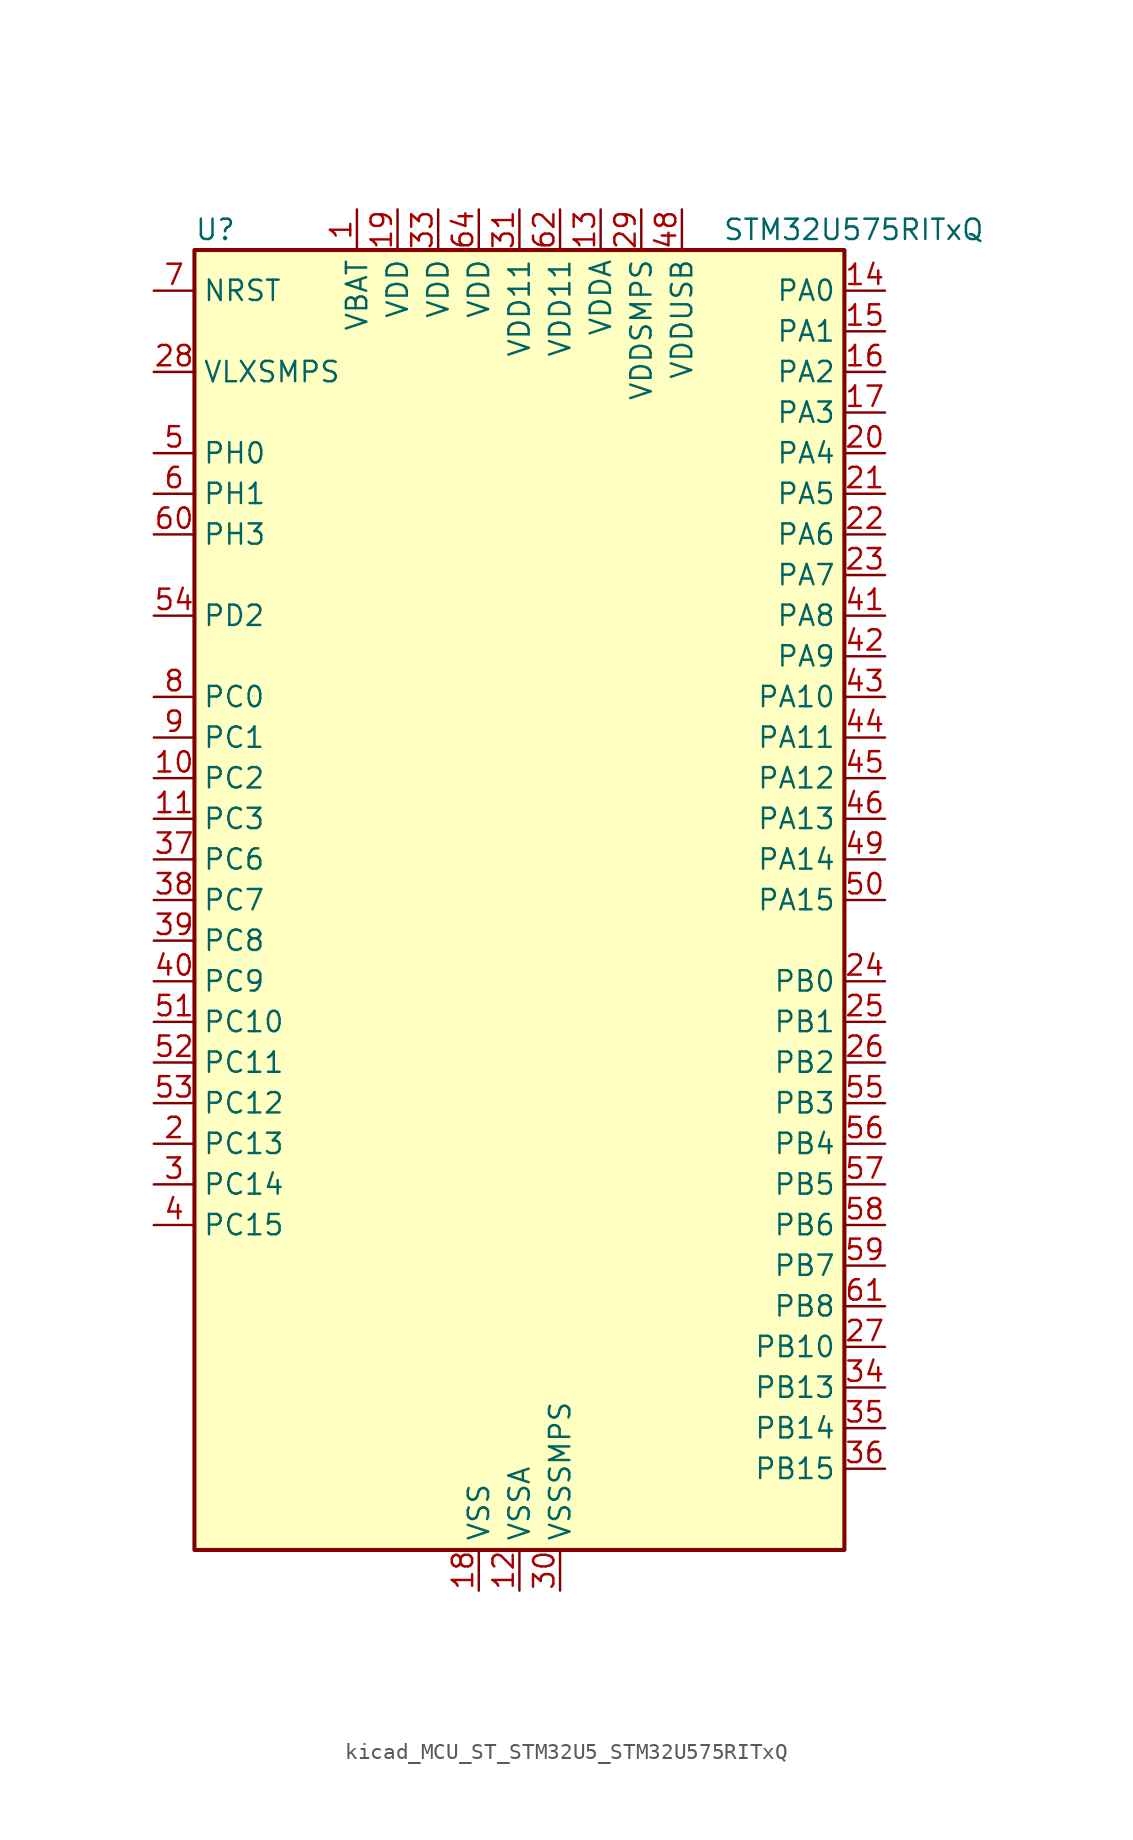
<source format=kicad_sym>
(kicad_symbol_lib
  (version 20220914)
  (generator kicad_symbol_editor)
  (symbol "kicad_MCU_ST_STM32U5_STM32U575RITxQ"
    (property "Reference" "U"
      (at -20.32 41.91 0)
      (effects (font (size 1.27 1.27)) (justify left)))
    (property "Value" "STM32U575RITxQ"
      (at 12.7 41.91 0)
      (effects (font (size 1.27 1.27)) (justify left)))
    (property "ki_locked" ""
      (at 0 0 0)
      (effects (font (size 1.27 1.27))))
    (symbol "kicad_MCU_ST_STM32U5_STM32U575RITxQ_0_1"
      (rectangle (start -20.32 -40.64) (end 20.32 40.64) (stroke (width 0.254) (type default)) (fill (type background))))
    (symbol "kicad_MCU_ST_STM32U5_STM32U575RITxQ_1_1"
      (pin power_in line (at -10.16 43.18 270) (length 2.54) (name "VBAT" (effects (font (size 1.27 1.27)))) (number "1" (effects (font (size 1.27 1.27)))))
      (pin bidirectional line (at -22.86 7.62 0) (length 2.54) (name "PC2" (effects (font (size 1.27 1.27)))) (number "10" (effects (font (size 1.27 1.27)))) (alternate "ADC1_IN3" bidirectional line) (alternate "ADC4_IN3" bidirectional line) (alternate "LPTIM1_IN2" bidirectional line) (alternate "MDF1_CCK1" bidirectional line) (alternate "OCTOSPIM_P1_IO5" bidirectional line) (alternate "SPI2_MISO" bidirectional line))
      (pin bidirectional line (at -22.86 5.08 0) (length 2.54) (name "PC3" (effects (font (size 1.27 1.27)))) (number "11" (effects (font (size 1.27 1.27)))) (alternate "ADC1_IN4" bidirectional line) (alternate "ADC4_IN4" bidirectional line) (alternate "LPTIM1_ETR" bidirectional line) (alternate "LPTIM2_ETR" bidirectional line) (alternate "LPTIM3_CH1" bidirectional line) (alternate "OCTOSPIM_P1_IO6" bidirectional line) (alternate "SAI1_D1" bidirectional line) (alternate "SAI1_SD_A" bidirectional line) (alternate "SPI2_MOSI" bidirectional line))
      (pin power_in line (at 0 -43.18 90) (length 2.54) (name "VSSA" (effects (font (size 1.27 1.27)))) (number "12" (effects (font (size 1.27 1.27)))))
      (pin power_in line (at 5.08 43.18 270) (length 2.54) (name "VDDA" (effects (font (size 1.27 1.27)))) (number "13" (effects (font (size 1.27 1.27)))))
      (pin bidirectional line (at 22.86 38.1 180) (length 2.54) (name "PA0" (effects (font (size 1.27 1.27)))) (number "14" (effects (font (size 1.27 1.27)))) (alternate "ADC1_IN5" bidirectional line) (alternate "AUDIOCLK" bidirectional line) (alternate "OCTOSPIM_P2_NCS" bidirectional line) (alternate "OPAMP1_VINP" bidirectional line) (alternate "PWR_WKUP1" bidirectional line) (alternate "SDMMC2_CMD" bidirectional line) (alternate "SPI3_RDY" bidirectional line) (alternate "TAMP_IN2" bidirectional line) (alternate "TAMP_OUT1" bidirectional line) (alternate "TIM2_CH1" bidirectional line) (alternate "TIM2_ETR" bidirectional line) (alternate "TIM5_CH1" bidirectional line) (alternate "TIM8_ETR" bidirectional line) (alternate "UART4_TX" bidirectional line) (alternate "USART2_CTS" bidirectional line))
      (pin bidirectional line (at 22.86 35.56 180) (length 2.54) (name "PA1" (effects (font (size 1.27 1.27)))) (number "15" (effects (font (size 1.27 1.27)))) (alternate "ADC1_IN6" bidirectional line) (alternate "I2C1_SMBA" bidirectional line) (alternate "LPTIM1_CH2" bidirectional line) (alternate "OCTOSPIM_P1_DQS" bidirectional line) (alternate "OPAMP1_VINM" bidirectional line) (alternate "PWR_WKUP3" bidirectional line) (alternate "SPI1_SCK" bidirectional line) (alternate "TAMP_IN5" bidirectional line) (alternate "TAMP_OUT4" bidirectional line) (alternate "TIM15_CH1N" bidirectional line) (alternate "TIM2_CH2" bidirectional line) (alternate "TIM5_CH2" bidirectional line) (alternate "UART4_RX" bidirectional line) (alternate "USART2_DE" bidirectional line) (alternate "USART2_RTS" bidirectional line))
      (pin bidirectional line (at 22.86 33.02 180) (length 2.54) (name "PA2" (effects (font (size 1.27 1.27)))) (number "16" (effects (font (size 1.27 1.27)))) (alternate "ADC1_IN7" bidirectional line) (alternate "COMP1_INP" bidirectional line) (alternate "LPUART1_TX" bidirectional line) (alternate "OCTOSPIM_P1_NCS" bidirectional line) (alternate "PWR_WKUP4" bidirectional line) (alternate "RCC_LSCO" bidirectional line) (alternate "SPI1_RDY" bidirectional line) (alternate "TIM15_CH1" bidirectional line) (alternate "TIM2_CH3" bidirectional line) (alternate "TIM5_CH3" bidirectional line) (alternate "UCPD1_FRSTX1" bidirectional line) (alternate "USART2_TX" bidirectional line))
      (pin bidirectional line (at 22.86 30.48 180) (length 2.54) (name "PA3" (effects (font (size 1.27 1.27)))) (number "17" (effects (font (size 1.27 1.27)))) (alternate "ADC1_IN8" bidirectional line) (alternate "LPUART1_RX" bidirectional line) (alternate "OCTOSPIM_P1_CLK" bidirectional line) (alternate "OPAMP1_VOUT" bidirectional line) (alternate "PWR_WKUP5" bidirectional line) (alternate "SAI1_CK1" bidirectional line) (alternate "SAI1_MCLK_A" bidirectional line) (alternate "TIM15_CH2" bidirectional line) (alternate "TIM2_CH4" bidirectional line) (alternate "TIM5_CH4" bidirectional line) (alternate "USART2_RX" bidirectional line))
      (pin power_in line (at -2.54 -43.18 90) (length 2.54) (name "VSS" (effects (font (size 1.27 1.27)))) (number "18" (effects (font (size 1.27 1.27)))))
      (pin power_in line (at -7.62 43.18 270) (length 2.54) (name "VDD" (effects (font (size 1.27 1.27)))) (number "19" (effects (font (size 1.27 1.27)))))
      (pin bidirectional line (at -22.86 -15.24 0) (length 2.54) (name "PC13" (effects (font (size 1.27 1.27)))) (number "2" (effects (font (size 1.27 1.27)))) (alternate "PWR_WKUP2" bidirectional line) (alternate "RTC_OUT1" bidirectional line) (alternate "RTC_TS" bidirectional line) (alternate "TAMP_IN1" bidirectional line) (alternate "TAMP_OUT2" bidirectional line))
      (pin bidirectional line (at 22.86 27.94 180) (length 2.54) (name "PA4" (effects (font (size 1.27 1.27)))) (number "20" (effects (font (size 1.27 1.27)))) (alternate "ADC1_IN9" bidirectional line) (alternate "ADC4_IN9" bidirectional line) (alternate "DAC1_OUT1" bidirectional line) (alternate "LPTIM2_CH1" bidirectional line) (alternate "OCTOSPIM_P1_NCS" bidirectional line) (alternate "PWR_WKUP2" bidirectional line) (alternate "SAI1_FS_B" bidirectional line) (alternate "SPI1_NSS" bidirectional line) (alternate "SPI3_NSS" bidirectional line) (alternate "USART2_CK" bidirectional line))
      (pin bidirectional line (at 22.86 25.4 180) (length 2.54) (name "PA5" (effects (font (size 1.27 1.27)))) (number "21" (effects (font (size 1.27 1.27)))) (alternate "ADC1_IN10" bidirectional line) (alternate "ADC4_IN10" bidirectional line) (alternate "DAC1_OUT2" bidirectional line) (alternate "LPTIM2_ETR" bidirectional line) (alternate "PWR_CSLEEP" bidirectional line) (alternate "PWR_WKUP6" bidirectional line) (alternate "SPI1_SCK" bidirectional line) (alternate "TIM2_CH1" bidirectional line) (alternate "TIM2_ETR" bidirectional line) (alternate "TIM8_CH1N" bidirectional line) (alternate "USART3_RX" bidirectional line))
      (pin bidirectional line (at 22.86 22.86 180) (length 2.54) (name "PA6" (effects (font (size 1.27 1.27)))) (number "22" (effects (font (size 1.27 1.27)))) (alternate "ADC1_IN11" bidirectional line) (alternate "ADC4_IN11" bidirectional line) (alternate "LPUART1_CTS" bidirectional line) (alternate "OCTOSPIM_P1_IO3" bidirectional line) (alternate "OPAMP2_VINP" bidirectional line) (alternate "PWR_CDSTOP" bidirectional line) (alternate "PWR_WKUP7" bidirectional line) (alternate "SPI1_MISO" bidirectional line) (alternate "TIM16_CH1" bidirectional line) (alternate "TIM1_BKIN" bidirectional line) (alternate "TIM3_CH1" bidirectional line) (alternate "TIM8_BKIN" bidirectional line) (alternate "USART3_CTS" bidirectional line))
      (pin bidirectional line (at 22.86 20.32 180) (length 2.54) (name "PA7" (effects (font (size 1.27 1.27)))) (number "23" (effects (font (size 1.27 1.27)))) (alternate "ADC1_IN12" bidirectional line) (alternate "ADC4_IN20" bidirectional line) (alternate "I2C3_SCL" bidirectional line) (alternate "LPTIM2_CH2" bidirectional line) (alternate "OCTOSPIM_P1_IO2" bidirectional line) (alternate "OPAMP2_VINM" bidirectional line) (alternate "PWR_SRDSTOP" bidirectional line) (alternate "PWR_WKUP8" bidirectional line) (alternate "SPI1_MOSI" bidirectional line) (alternate "TIM17_CH1" bidirectional line) (alternate "TIM1_CH1N" bidirectional line) (alternate "TIM3_CH2" bidirectional line) (alternate "TIM8_CH1N" bidirectional line) (alternate "USART3_TX" bidirectional line))
      (pin bidirectional line (at 22.86 -5.08 180) (length 2.54) (name "PB0" (effects (font (size 1.27 1.27)))) (number "24" (effects (font (size 1.27 1.27)))) (alternate "ADC1_IN15" bidirectional line) (alternate "ADC4_IN18" bidirectional line) (alternate "AUDIOCLK" bidirectional line) (alternate "COMP1_OUT" bidirectional line) (alternate "LPTIM3_CH1" bidirectional line) (alternate "OCTOSPIM_P1_IO1" bidirectional line) (alternate "OPAMP2_VOUT" bidirectional line) (alternate "SPI1_NSS" bidirectional line) (alternate "TIM1_CH2N" bidirectional line) (alternate "TIM3_CH3" bidirectional line) (alternate "TIM8_CH2N" bidirectional line) (alternate "USART3_CK" bidirectional line))
      (pin bidirectional line (at 22.86 -7.62 180) (length 2.54) (name "PB1" (effects (font (size 1.27 1.27)))) (number "25" (effects (font (size 1.27 1.27)))) (alternate "ADC1_IN16" bidirectional line) (alternate "ADC4_IN19" bidirectional line) (alternate "COMP1_INM" bidirectional line) (alternate "LPTIM2_IN1" bidirectional line) (alternate "LPTIM3_CH2" bidirectional line) (alternate "LPUART1_DE" bidirectional line) (alternate "LPUART1_RTS" bidirectional line) (alternate "MDF1_SDI0" bidirectional line) (alternate "OCTOSPIM_P1_IO0" bidirectional line) (alternate "PWR_WKUP4" bidirectional line) (alternate "TIM1_CH3N" bidirectional line) (alternate "TIM3_CH4" bidirectional line) (alternate "TIM8_CH3N" bidirectional line) (alternate "USART3_DE" bidirectional line) (alternate "USART3_RTS" bidirectional line))
      (pin bidirectional line (at 22.86 -10.16 180) (length 2.54) (name "PB2" (effects (font (size 1.27 1.27)))) (number "26" (effects (font (size 1.27 1.27)))) (alternate "ADC1_IN17" bidirectional line) (alternate "COMP1_INP" bidirectional line) (alternate "I2C3_SMBA" bidirectional line) (alternate "LPTIM1_CH1" bidirectional line) (alternate "MDF1_CKI0" bidirectional line) (alternate "OCTOSPIM_P1_DQS" bidirectional line) (alternate "PWR_WKUP1" bidirectional line) (alternate "RTC_OUT2" bidirectional line) (alternate "SPI1_RDY" bidirectional line) (alternate "TIM8_CH4N" bidirectional line) (alternate "UCPD1_FRSTX1" bidirectional line))
      (pin bidirectional line (at 22.86 -27.94 180) (length 2.54) (name "PB10" (effects (font (size 1.27 1.27)))) (number "27" (effects (font (size 1.27 1.27)))) (alternate "COMP1_OUT" bidirectional line) (alternate "I2C2_SCL" bidirectional line) (alternate "I2C4_SCL" bidirectional line) (alternate "LPTIM3_CH1" bidirectional line) (alternate "LPUART1_RX" bidirectional line) (alternate "OCTOSPIM_P1_CLK" bidirectional line) (alternate "PWR_WKUP8" bidirectional line) (alternate "SAI1_SCK_A" bidirectional line) (alternate "SPI2_SCK" bidirectional line) (alternate "TIM2_CH3" bidirectional line) (alternate "TSC_SYNC" bidirectional line) (alternate "USART3_TX" bidirectional line))
      (pin power_in line (at -22.86 33.02 0) (length 2.54) (name "VLXSMPS" (effects (font (size 1.27 1.27)))) (number "28" (effects (font (size 1.27 1.27)))))
      (pin power_in line (at 7.62 43.18 270) (length 2.54) (name "VDDSMPS" (effects (font (size 1.27 1.27)))) (number "29" (effects (font (size 1.27 1.27)))))
      (pin bidirectional line (at -22.86 -17.78 0) (length 2.54) (name "PC14" (effects (font (size 1.27 1.27)))) (number "3" (effects (font (size 1.27 1.27)))) (alternate "RCC_OSC32_IN" bidirectional line))
      (pin power_in line (at 2.54 -43.18 90) (length 2.54) (name "VSSSMPS" (effects (font (size 1.27 1.27)))) (number "30" (effects (font (size 1.27 1.27)))))
      (pin power_in line (at 0 43.18 270) (length 2.54) (name "VDD11" (effects (font (size 1.27 1.27)))) (number "31" (effects (font (size 1.27 1.27)))))
      (pin passive line (at -2.54 -43.18 90) (length 2.54) hide (name "VSS" (effects (font (size 1.27 1.27)))) (number "32" (effects (font (size 1.27 1.27)))))
      (pin power_in line (at -5.08 43.18 270) (length 2.54) (name "VDD" (effects (font (size 1.27 1.27)))) (number "33" (effects (font (size 1.27 1.27)))))
      (pin bidirectional line (at 22.86 -30.48 180) (length 2.54) (name "PB13" (effects (font (size 1.27 1.27)))) (number "34" (effects (font (size 1.27 1.27)))) (alternate "I2C2_SCL" bidirectional line) (alternate "LPTIM3_IN1" bidirectional line) (alternate "LPUART1_CTS" bidirectional line) (alternate "MDF1_CKI1" bidirectional line) (alternate "SPI2_SCK" bidirectional line) (alternate "TIM15_CH1N" bidirectional line) (alternate "TIM1_CH1N" bidirectional line) (alternate "TSC_G1_IO2" bidirectional line) (alternate "USART3_CTS" bidirectional line))
      (pin bidirectional line (at 22.86 -33.02 180) (length 2.54) (name "PB14" (effects (font (size 1.27 1.27)))) (number "35" (effects (font (size 1.27 1.27)))) (alternate "I2C2_SDA" bidirectional line) (alternate "LPTIM3_ETR" bidirectional line) (alternate "MDF1_SDI2" bidirectional line) (alternate "SDMMC2_D0" bidirectional line) (alternate "SPI2_MISO" bidirectional line) (alternate "TIM15_CH1" bidirectional line) (alternate "TIM1_CH2N" bidirectional line) (alternate "TIM8_CH2N" bidirectional line) (alternate "TSC_G1_IO3" bidirectional line) (alternate "UCPD1_DBCC2" bidirectional line) (alternate "USART3_DE" bidirectional line) (alternate "USART3_RTS" bidirectional line))
      (pin bidirectional line (at 22.86 -35.56 180) (length 2.54) (name "PB15" (effects (font (size 1.27 1.27)))) (number "36" (effects (font (size 1.27 1.27)))) (alternate "ADC1_EXTI15" bidirectional line) (alternate "ADC4_EXTI15" bidirectional line) (alternate "LPTIM2_IN2" bidirectional line) (alternate "MDF1_CKI2" bidirectional line) (alternate "PWR_WKUP7" bidirectional line) (alternate "RTC_REFIN" bidirectional line) (alternate "SDMMC2_D1" bidirectional line) (alternate "SPI2_MOSI" bidirectional line) (alternate "TIM15_CH2" bidirectional line) (alternate "TIM1_CH3N" bidirectional line) (alternate "TIM8_CH3N" bidirectional line) (alternate "UCPD1_CC2" bidirectional line))
      (pin bidirectional line (at -22.86 2.54 0) (length 2.54) (name "PC6" (effects (font (size 1.27 1.27)))) (number "37" (effects (font (size 1.27 1.27)))) (alternate "MDF1_CKI3" bidirectional line) (alternate "PWR_CSLEEP" bidirectional line) (alternate "SDMMC1_D0DIR" bidirectional line) (alternate "SDMMC1_D6" bidirectional line) (alternate "SDMMC2_D6" bidirectional line) (alternate "TIM3_CH1" bidirectional line) (alternate "TIM8_CH1" bidirectional line) (alternate "TSC_G4_IO1" bidirectional line))
      (pin bidirectional line (at -22.86 0 0) (length 2.54) (name "PC7" (effects (font (size 1.27 1.27)))) (number "38" (effects (font (size 1.27 1.27)))) (alternate "LPTIM2_CH2" bidirectional line) (alternate "MDF1_SDI3" bidirectional line) (alternate "PWR_CDSTOP" bidirectional line) (alternate "SDMMC1_D123DIR" bidirectional line) (alternate "SDMMC1_D7" bidirectional line) (alternate "SDMMC2_D7" bidirectional line) (alternate "TIM3_CH2" bidirectional line) (alternate "TIM8_CH2" bidirectional line) (alternate "TSC_G4_IO2" bidirectional line))
      (pin bidirectional line (at -22.86 -2.54 0) (length 2.54) (name "PC8" (effects (font (size 1.27 1.27)))) (number "39" (effects (font (size 1.27 1.27)))) (alternate "LPTIM3_CH1" bidirectional line) (alternate "PWR_SRDSTOP" bidirectional line) (alternate "SDMMC1_D0" bidirectional line) (alternate "TIM3_CH3" bidirectional line) (alternate "TIM8_CH3" bidirectional line) (alternate "TSC_G4_IO3" bidirectional line))
      (pin bidirectional line (at -22.86 -20.32 0) (length 2.54) (name "PC15" (effects (font (size 1.27 1.27)))) (number "4" (effects (font (size 1.27 1.27)))) (alternate "ADC1_EXTI15" bidirectional line) (alternate "ADC4_EXTI15" bidirectional line) (alternate "RCC_OSC32_OUT" bidirectional line))
      (pin bidirectional line (at -22.86 -5.08 0) (length 2.54) (name "PC9" (effects (font (size 1.27 1.27)))) (number "40" (effects (font (size 1.27 1.27)))) (alternate "DAC1_EXTI9" bidirectional line) (alternate "DEBUG_TRACED0" bidirectional line) (alternate "LPTIM3_CH2" bidirectional line) (alternate "SDMMC1_D1" bidirectional line) (alternate "TIM3_CH4" bidirectional line) (alternate "TIM8_BKIN2" bidirectional line) (alternate "TIM8_CH4" bidirectional line) (alternate "TSC_G4_IO4" bidirectional line) (alternate "USB_OTG_FS_NOE" bidirectional line))
      (pin bidirectional line (at 22.86 17.78 180) (length 2.54) (name "PA8" (effects (font (size 1.27 1.27)))) (number "41" (effects (font (size 1.27 1.27)))) (alternate "DEBUG_TRACECLK" bidirectional line) (alternate "LPTIM2_CH1" bidirectional line) (alternate "RCC_MCO" bidirectional line) (alternate "SAI1_CK2" bidirectional line) (alternate "SAI1_SCK_A" bidirectional line) (alternate "SPI1_RDY" bidirectional line) (alternate "TIM1_CH1" bidirectional line) (alternate "USART1_CK" bidirectional line) (alternate "USB_OTG_FS_SOF" bidirectional line))
      (pin bidirectional line (at 22.86 15.24 180) (length 2.54) (name "PA9" (effects (font (size 1.27 1.27)))) (number "42" (effects (font (size 1.27 1.27)))) (alternate "DAC1_EXTI9" bidirectional line) (alternate "SAI1_FS_A" bidirectional line) (alternate "SPI2_SCK" bidirectional line) (alternate "TIM15_BKIN" bidirectional line) (alternate "TIM1_CH2" bidirectional line) (alternate "USART1_TX" bidirectional line) (alternate "USB_OTG_FS_VBUS" bidirectional line))
      (pin bidirectional line (at 22.86 12.7 180) (length 2.54) (name "PA10" (effects (font (size 1.27 1.27)))) (number "43" (effects (font (size 1.27 1.27)))) (alternate "CRS_SYNC" bidirectional line) (alternate "LPTIM2_IN2" bidirectional line) (alternate "SAI1_D1" bidirectional line) (alternate "SAI1_SD_A" bidirectional line) (alternate "TIM17_BKIN" bidirectional line) (alternate "TIM1_CH3" bidirectional line) (alternate "USART1_RX" bidirectional line) (alternate "USB_OTG_FS_ID" bidirectional line))
      (pin bidirectional line (at 22.86 10.16 180) (length 2.54) (name "PA11" (effects (font (size 1.27 1.27)))) (number "44" (effects (font (size 1.27 1.27)))) (alternate "ADC1_EXTI11" bidirectional line) (alternate "FDCAN1_RX" bidirectional line) (alternate "SPI1_MISO" bidirectional line) (alternate "TIM1_BKIN2" bidirectional line) (alternate "TIM1_CH4" bidirectional line) (alternate "USART1_CTS" bidirectional line) (alternate "USB_OTG_FS_DM" bidirectional line))
      (pin bidirectional line (at 22.86 7.62 180) (length 2.54) (name "PA12" (effects (font (size 1.27 1.27)))) (number "45" (effects (font (size 1.27 1.27)))) (alternate "FDCAN1_TX" bidirectional line) (alternate "OCTOSPIM_P2_NCS" bidirectional line) (alternate "SPI1_MOSI" bidirectional line) (alternate "TIM1_ETR" bidirectional line) (alternate "USART1_DE" bidirectional line) (alternate "USART1_RTS" bidirectional line) (alternate "USB_OTG_FS_DP" bidirectional line))
      (pin bidirectional line (at 22.86 5.08 180) (length 2.54) (name "PA13" (effects (font (size 1.27 1.27)))) (number "46" (effects (font (size 1.27 1.27)))) (alternate "DEBUG_JTMS-SWDIO" bidirectional line) (alternate "IR_OUT" bidirectional line) (alternate "SAI1_SD_B" bidirectional line) (alternate "USB_OTG_FS_NOE" bidirectional line))
      (pin passive line (at -2.54 -43.18 90) (length 2.54) hide (name "VSS" (effects (font (size 1.27 1.27)))) (number "47" (effects (font (size 1.27 1.27)))))
      (pin power_in line (at 10.16 43.18 270) (length 2.54) (name "VDDUSB" (effects (font (size 1.27 1.27)))) (number "48" (effects (font (size 1.27 1.27)))))
      (pin bidirectional line (at 22.86 2.54 180) (length 2.54) (name "PA14" (effects (font (size 1.27 1.27)))) (number "49" (effects (font (size 1.27 1.27)))) (alternate "DEBUG_JTCK-SWCLK" bidirectional line) (alternate "I2C1_SMBA" bidirectional line) (alternate "I2C4_SMBA" bidirectional line) (alternate "LPTIM1_CH1" bidirectional line) (alternate "SAI1_FS_B" bidirectional line) (alternate "USB_OTG_FS_SOF" bidirectional line))
      (pin bidirectional line (at -22.86 27.94 0) (length 2.54) (name "PH0" (effects (font (size 1.27 1.27)))) (number "5" (effects (font (size 1.27 1.27)))) (alternate "RCC_OSC_IN" bidirectional line))
      (pin bidirectional line (at 22.86 0 180) (length 2.54) (name "PA15" (effects (font (size 1.27 1.27)))) (number "50" (effects (font (size 1.27 1.27)))) (alternate "ADC1_EXTI15" bidirectional line) (alternate "ADC4_EXTI15" bidirectional line) (alternate "DEBUG_JTDI" bidirectional line) (alternate "SPI1_NSS" bidirectional line) (alternate "SPI3_NSS" bidirectional line) (alternate "TIM2_CH1" bidirectional line) (alternate "TIM2_ETR" bidirectional line) (alternate "UART4_DE" bidirectional line) (alternate "UART4_RTS" bidirectional line) (alternate "UCPD1_CC1" bidirectional line) (alternate "USART2_RX" bidirectional line) (alternate "USART3_DE" bidirectional line) (alternate "USART3_RTS" bidirectional line))
      (pin bidirectional line (at -22.86 -7.62 0) (length 2.54) (name "PC10" (effects (font (size 1.27 1.27)))) (number "51" (effects (font (size 1.27 1.27)))) (alternate "ADF1_CCK1" bidirectional line) (alternate "DEBUG_TRACED1" bidirectional line) (alternate "LPTIM3_ETR" bidirectional line) (alternate "SDMMC1_D2" bidirectional line) (alternate "SPI3_SCK" bidirectional line) (alternate "TSC_G3_IO2" bidirectional line) (alternate "UART4_TX" bidirectional line) (alternate "USART3_TX" bidirectional line))
      (pin bidirectional line (at -22.86 -10.16 0) (length 2.54) (name "PC11" (effects (font (size 1.27 1.27)))) (number "52" (effects (font (size 1.27 1.27)))) (alternate "ADC1_EXTI11" bidirectional line) (alternate "ADF1_SDI0" bidirectional line) (alternate "LPTIM3_IN1" bidirectional line) (alternate "OCTOSPIM_P1_NCS" bidirectional line) (alternate "SDMMC1_D3" bidirectional line) (alternate "SPI3_MISO" bidirectional line) (alternate "TSC_G3_IO3" bidirectional line) (alternate "UART4_RX" bidirectional line) (alternate "UCPD1_FRSTX2" bidirectional line) (alternate "USART3_RX" bidirectional line))
      (pin bidirectional line (at -22.86 -12.7 0) (length 2.54) (name "PC12" (effects (font (size 1.27 1.27)))) (number "53" (effects (font (size 1.27 1.27)))) (alternate "DEBUG_TRACED3" bidirectional line) (alternate "SDMMC1_CK" bidirectional line) (alternate "SPI3_MOSI" bidirectional line) (alternate "TSC_G3_IO4" bidirectional line) (alternate "UART5_TX" bidirectional line) (alternate "USART3_CK" bidirectional line))
      (pin bidirectional line (at -22.86 17.78 0) (length 2.54) (name "PD2" (effects (font (size 1.27 1.27)))) (number "54" (effects (font (size 1.27 1.27)))) (alternate "DEBUG_TRACED2" bidirectional line) (alternate "LPTIM4_ETR" bidirectional line) (alternate "SDMMC1_CMD" bidirectional line) (alternate "TIM3_ETR" bidirectional line) (alternate "TSC_SYNC" bidirectional line) (alternate "UART5_RX" bidirectional line) (alternate "USART3_DE" bidirectional line) (alternate "USART3_RTS" bidirectional line))
      (pin bidirectional line (at 22.86 -12.7 180) (length 2.54) (name "PB3" (effects (font (size 1.27 1.27)))) (number "55" (effects (font (size 1.27 1.27)))) (alternate "ADF1_CCK0" bidirectional line) (alternate "COMP2_INM" bidirectional line) (alternate "CRS_SYNC" bidirectional line) (alternate "DEBUG_JTDO-SWO" bidirectional line) (alternate "I2C1_SDA" bidirectional line) (alternate "LPTIM1_CH1" bidirectional line) (alternate "SAI1_SCK_B" bidirectional line) (alternate "SDMMC2_D2" bidirectional line) (alternate "SPI1_SCK" bidirectional line) (alternate "SPI3_SCK" bidirectional line) (alternate "TIM2_CH2" bidirectional line) (alternate "USART1_DE" bidirectional line) (alternate "USART1_RTS" bidirectional line))
      (pin bidirectional line (at 22.86 -15.24 180) (length 2.54) (name "PB4" (effects (font (size 1.27 1.27)))) (number "56" (effects (font (size 1.27 1.27)))) (alternate "ADF1_SDI0" bidirectional line) (alternate "COMP2_INP" bidirectional line) (alternate "DEBUG_JTRST" bidirectional line) (alternate "I2C3_SDA" bidirectional line) (alternate "LPTIM1_CH2" bidirectional line) (alternate "SAI1_MCLK_B" bidirectional line) (alternate "SDMMC2_D3" bidirectional line) (alternate "SPI1_MISO" bidirectional line) (alternate "SPI3_MISO" bidirectional line) (alternate "TIM17_BKIN" bidirectional line) (alternate "TIM3_CH1" bidirectional line) (alternate "TSC_G2_IO1" bidirectional line) (alternate "UART5_DE" bidirectional line) (alternate "UART5_RTS" bidirectional line) (alternate "USART1_CTS" bidirectional line))
      (pin bidirectional line (at 22.86 -17.78 180) (length 2.54) (name "PB5" (effects (font (size 1.27 1.27)))) (number "57" (effects (font (size 1.27 1.27)))) (alternate "COMP2_OUT" bidirectional line) (alternate "I2C1_SMBA" bidirectional line) (alternate "LPTIM1_IN1" bidirectional line) (alternate "OCTOSPIM_P1_NCLK" bidirectional line) (alternate "PWR_WKUP6" bidirectional line) (alternate "SAI1_SD_B" bidirectional line) (alternate "SPI1_MOSI" bidirectional line) (alternate "SPI3_MOSI" bidirectional line) (alternate "TIM16_BKIN" bidirectional line) (alternate "TIM3_CH2" bidirectional line) (alternate "TSC_G2_IO2" bidirectional line) (alternate "UART5_CTS" bidirectional line) (alternate "UCPD1_DBCC1" bidirectional line) (alternate "USART1_CK" bidirectional line))
      (pin bidirectional line (at 22.86 -20.32 180) (length 2.54) (name "PB6" (effects (font (size 1.27 1.27)))) (number "58" (effects (font (size 1.27 1.27)))) (alternate "COMP2_INP" bidirectional line) (alternate "I2C1_SCL" bidirectional line) (alternate "I2C4_SCL" bidirectional line) (alternate "LPTIM1_ETR" bidirectional line) (alternate "MDF1_SDI5" bidirectional line) (alternate "PWR_WKUP3" bidirectional line) (alternate "SAI1_FS_B" bidirectional line) (alternate "TIM16_CH1N" bidirectional line) (alternate "TIM4_CH1" bidirectional line) (alternate "TIM8_BKIN2" bidirectional line) (alternate "TSC_G2_IO3" bidirectional line) (alternate "USART1_TX" bidirectional line))
      (pin bidirectional line (at 22.86 -22.86 180) (length 2.54) (name "PB7" (effects (font (size 1.27 1.27)))) (number "59" (effects (font (size 1.27 1.27)))) (alternate "COMP2_INM" bidirectional line) (alternate "I2C1_SDA" bidirectional line) (alternate "I2C4_SDA" bidirectional line) (alternate "LPTIM1_IN2" bidirectional line) (alternate "MDF1_CKI5" bidirectional line) (alternate "PWR_PVD_IN" bidirectional line) (alternate "PWR_WKUP4" bidirectional line) (alternate "TIM17_CH1N" bidirectional line) (alternate "TIM4_CH2" bidirectional line) (alternate "TIM8_BKIN" bidirectional line) (alternate "TSC_G2_IO4" bidirectional line) (alternate "UART4_CTS" bidirectional line) (alternate "USART1_RX" bidirectional line))
      (pin bidirectional line (at -22.86 25.4 0) (length 2.54) (name "PH1" (effects (font (size 1.27 1.27)))) (number "6" (effects (font (size 1.27 1.27)))) (alternate "RCC_OSC_OUT" bidirectional line))
      (pin bidirectional line (at -22.86 22.86 0) (length 2.54) (name "PH3" (effects (font (size 1.27 1.27)))) (number "60" (effects (font (size 1.27 1.27)))))
      (pin bidirectional line (at 22.86 -25.4 180) (length 2.54) (name "PB8" (effects (font (size 1.27 1.27)))) (number "61" (effects (font (size 1.27 1.27)))) (alternate "FDCAN1_RX" bidirectional line) (alternate "I2C1_SCL" bidirectional line) (alternate "MDF1_CCK0" bidirectional line) (alternate "PWR_WKUP5" bidirectional line) (alternate "SAI1_CK1" bidirectional line) (alternate "SAI1_MCLK_A" bidirectional line) (alternate "SDMMC1_CKIN" bidirectional line) (alternate "SDMMC1_D4" bidirectional line) (alternate "SDMMC2_D4" bidirectional line) (alternate "SPI3_RDY" bidirectional line) (alternate "TIM16_CH1" bidirectional line) (alternate "TIM4_CH3" bidirectional line))
      (pin power_in line (at 2.54 43.18 270) (length 2.54) (name "VDD11" (effects (font (size 1.27 1.27)))) (number "62" (effects (font (size 1.27 1.27)))))
      (pin passive line (at -2.54 -43.18 90) (length 2.54) hide (name "VSS" (effects (font (size 1.27 1.27)))) (number "63" (effects (font (size 1.27 1.27)))))
      (pin power_in line (at -2.54 43.18 270) (length 2.54) (name "VDD" (effects (font (size 1.27 1.27)))) (number "64" (effects (font (size 1.27 1.27)))))
      (pin input line (at -22.86 38.1 0) (length 2.54) (name "NRST" (effects (font (size 1.27 1.27)))) (number "7" (effects (font (size 1.27 1.27)))))
      (pin bidirectional line (at -22.86 12.7 0) (length 2.54) (name "PC0" (effects (font (size 1.27 1.27)))) (number "8" (effects (font (size 1.27 1.27)))) (alternate "ADC1_IN1" bidirectional line) (alternate "ADC4_IN1" bidirectional line) (alternate "I2C3_SCL" bidirectional line) (alternate "LPTIM1_IN1" bidirectional line) (alternate "LPTIM2_IN1" bidirectional line) (alternate "LPUART1_RX" bidirectional line) (alternate "MDF1_SDI4" bidirectional line) (alternate "OCTOSPIM_P1_IO7" bidirectional line) (alternate "SDMMC1_D5" bidirectional line) (alternate "SPI2_RDY" bidirectional line))
      (pin bidirectional line (at -22.86 10.16 0) (length 2.54) (name "PC1" (effects (font (size 1.27 1.27)))) (number "9" (effects (font (size 1.27 1.27)))) (alternate "ADC1_IN2" bidirectional line) (alternate "ADC4_IN2" bidirectional line) (alternate "DEBUG_TRACED0" bidirectional line) (alternate "I2C3_SDA" bidirectional line) (alternate "LPTIM1_CH1" bidirectional line) (alternate "LPUART1_TX" bidirectional line) (alternate "MDF1_CKI4" bidirectional line) (alternate "OCTOSPIM_P1_IO4" bidirectional line) (alternate "SAI1_SD_A" bidirectional line) (alternate "SDMMC2_CK" bidirectional line) (alternate "SPI2_MOSI" bidirectional line)))))
</source>
